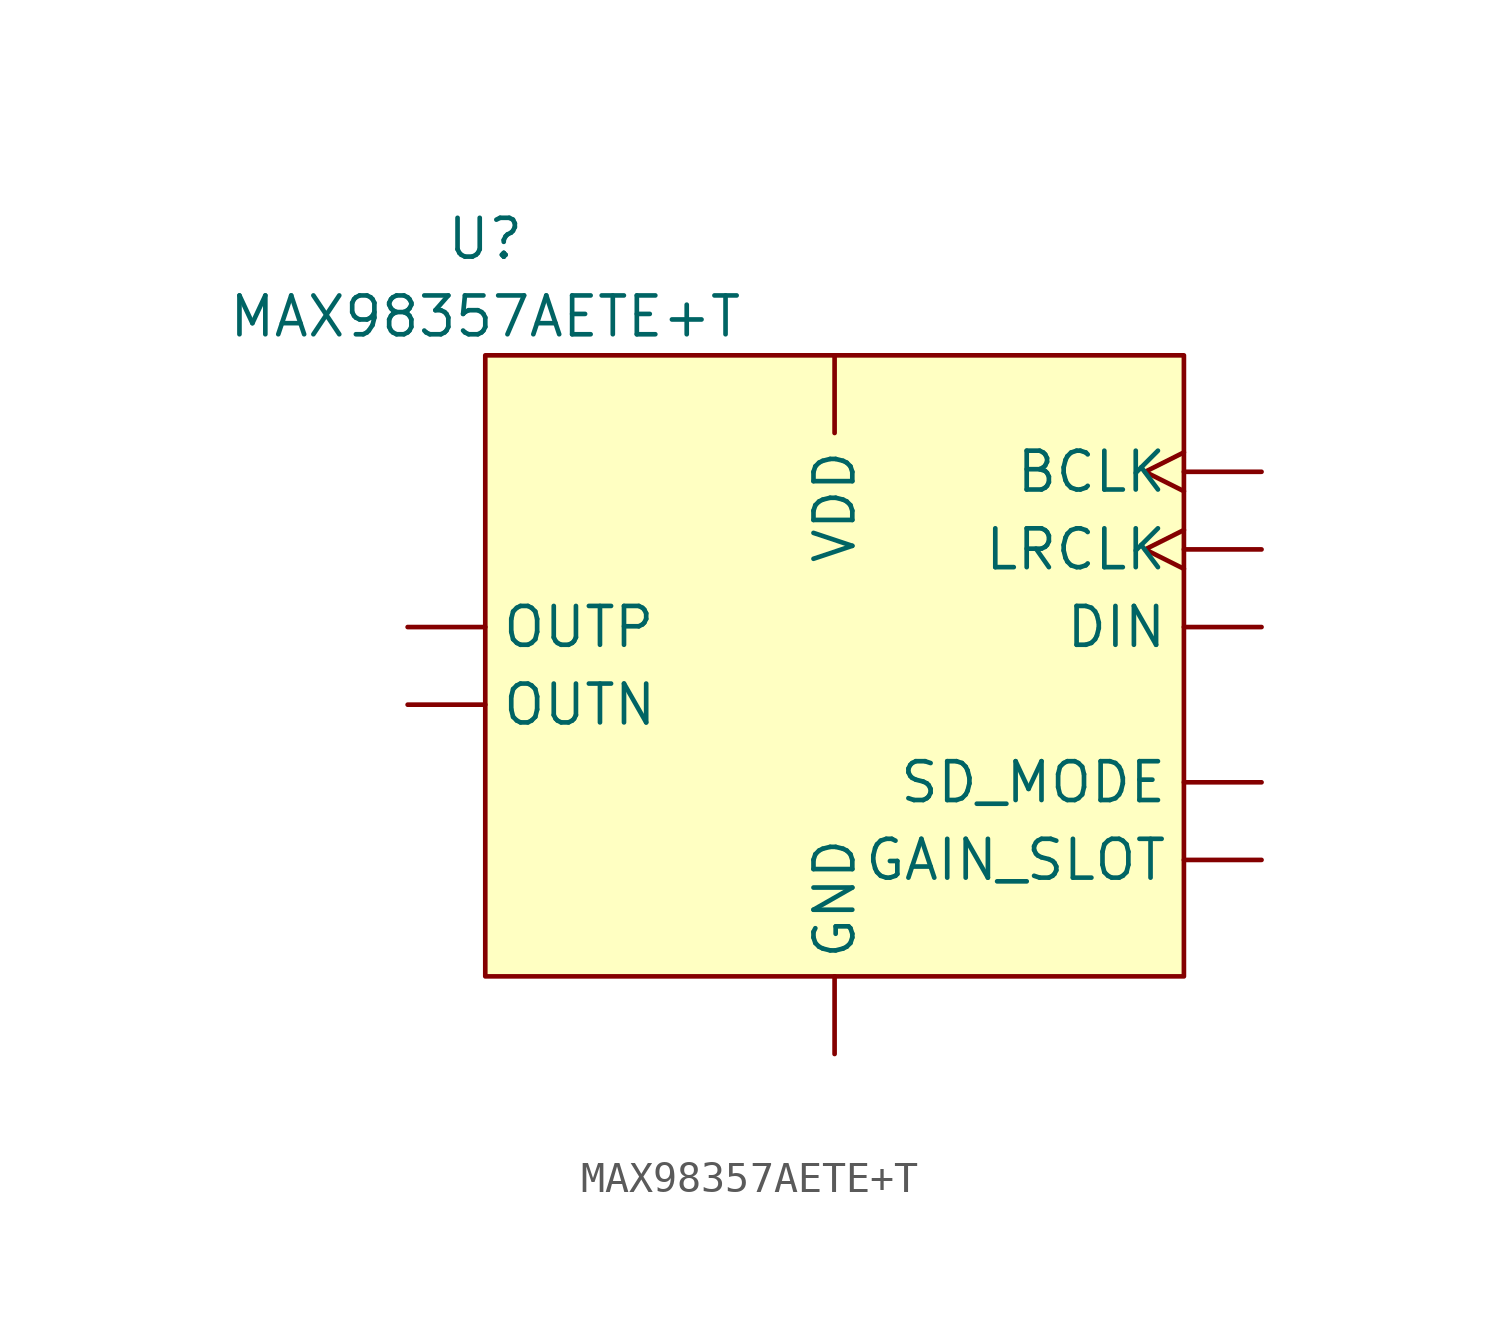
<source format=kicad_sym>
(kicad_symbol_lib
  (version 20220914)
  (generator kicad_symbol_editor)
  (symbol "MAX98357AETE+T"
    (pin_numbers hide)
    (property "Reference" "U"
      (at -11.43 13.97 0)
      (effects (font (size 1.27 1.27))))
    (property "Value" "MAX98357AETE+T"
      (at -11.43 11.43 0)
      (effects (font (size 1.27 1.27))))
    (symbol "MAX98357AETE+T_1_1"
      (rectangle (start -11.43 10.16) (end 11.43 -10.16) (stroke (width 0) (type default)) (fill (type background)))
      (pin input line (at 13.97 1.27 180) (length 2.54) (name "DIN" (effects (font (size 1.27 1.27)))) (number "1" (effects (font (size 1.27 1.27)))))
      (pin output line (at -13.97 -1.27 0) (length 2.54) (name "OUTN" (effects (font (size 1.27 1.27)))) (number "10" (effects (font (size 1.27 1.27)))))
      (pin power_in line (at 0 -12.7 90) (length 2.54) hide (name "GND" (effects (font (size 1.27 1.27)))) (number "11" (effects (font (size 1.27 1.27)))))
      (pin no_connect line (at -13.97 -7.62 0) (length 2.54) hide (name "NC" (effects (font (size 1.27 1.27)))) (number "12" (effects (font (size 1.27 1.27)))))
      (pin no_connect line (at -13.97 -7.62 0) (length 2.54) hide (name "NC" (effects (font (size 1.27 1.27)))) (number "13" (effects (font (size 1.27 1.27)))))
      (pin input clock (at 13.97 3.81 180) (length 2.54) (name "LRCLK" (effects (font (size 1.27 1.27)))) (number "14" (effects (font (size 1.27 1.27)))))
      (pin power_in line (at 0 -12.7 90) (length 2.54) hide (name "GND" (effects (font (size 1.27 1.27)))) (number "15" (effects (font (size 1.27 1.27)))))
      (pin input clock (at 13.97 6.35 180) (length 2.54) (name "BCLK" (effects (font (size 1.27 1.27)))) (number "16" (effects (font (size 1.27 1.27)))))
      (pin free line (at 0 -12.7 90) (length 2.54) hide (name "Thermal" (effects (font (size 1.27 1.27)))) (number "17" (effects (font (size 1.27 1.27)))))
      (pin input line (at 13.97 -6.35 180) (length 2.54) (name "GAIN_SLOT" (effects (font (size 1.27 1.27)))) (number "2" (effects (font (size 1.27 1.27)))))
      (pin power_in line (at 0 -12.7 90) (length 2.54) (name "GND" (effects (font (size 1.27 1.27)))) (number "3" (effects (font (size 1.27 1.27)))))
      (pin input line (at 13.97 -3.81 180) (length 2.54) (name "SD_MODE" (effects (font (size 1.27 1.27)))) (number "4" (effects (font (size 1.27 1.27)))))
      (pin no_connect line (at -13.97 -7.62 0) (length 2.54) hide (name "NC" (effects (font (size 1.27 1.27)))) (number "5" (effects (font (size 1.27 1.27)))))
      (pin no_connect line (at -13.97 -7.62 0) (length 2.54) hide (name "NC" (effects (font (size 1.27 1.27)))) (number "6" (effects (font (size 1.27 1.27)))))
      (pin power_in line (at 0 10.16 270) (length 2.54) (name "VDD" (effects (font (size 1.27 1.27)))) (number "7" (effects (font (size 1.27 1.27)))))
      (pin power_in line (at 0 10.16 270) (length 2.54) hide (name "VDD" (effects (font (size 1.27 1.27)))) (number "8" (effects (font (size 1.27 1.27)))))
      (pin output line (at -13.97 1.27 0) (length 2.54) (name "OUTP" (effects (font (size 1.27 1.27)))) (number "9" (effects (font (size 1.27 1.27))))))))
</source>
